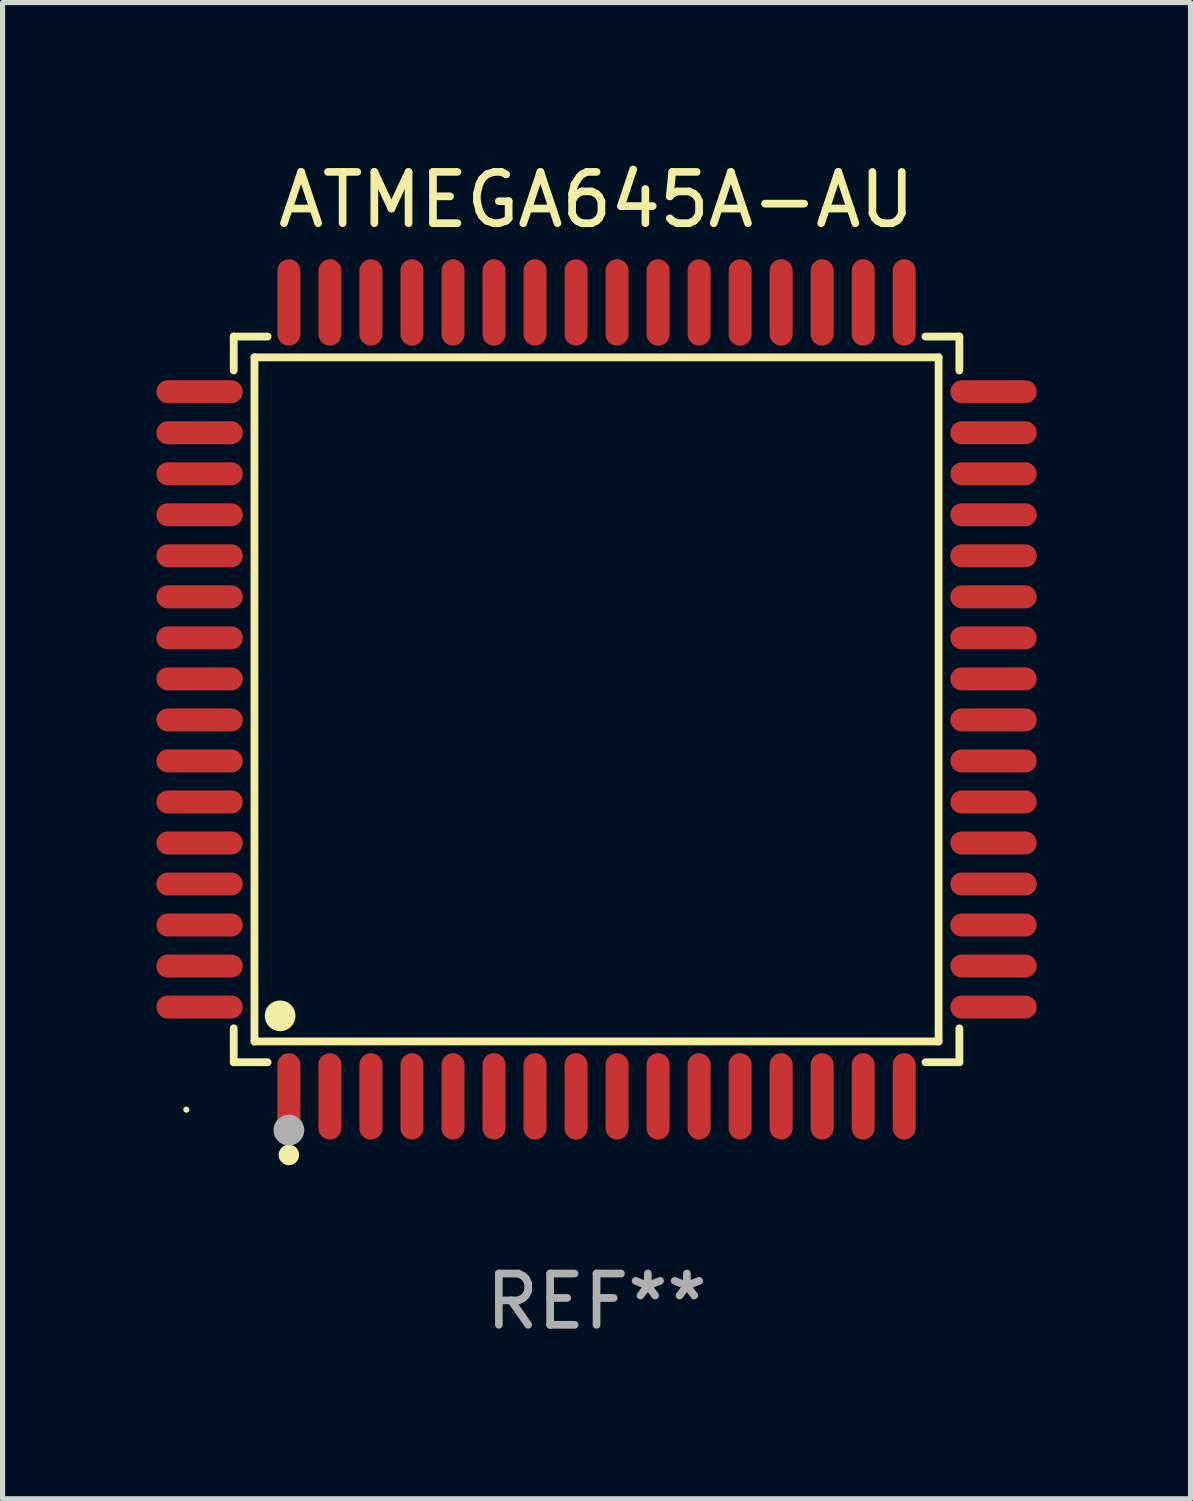
<source format=kicad_pcb>
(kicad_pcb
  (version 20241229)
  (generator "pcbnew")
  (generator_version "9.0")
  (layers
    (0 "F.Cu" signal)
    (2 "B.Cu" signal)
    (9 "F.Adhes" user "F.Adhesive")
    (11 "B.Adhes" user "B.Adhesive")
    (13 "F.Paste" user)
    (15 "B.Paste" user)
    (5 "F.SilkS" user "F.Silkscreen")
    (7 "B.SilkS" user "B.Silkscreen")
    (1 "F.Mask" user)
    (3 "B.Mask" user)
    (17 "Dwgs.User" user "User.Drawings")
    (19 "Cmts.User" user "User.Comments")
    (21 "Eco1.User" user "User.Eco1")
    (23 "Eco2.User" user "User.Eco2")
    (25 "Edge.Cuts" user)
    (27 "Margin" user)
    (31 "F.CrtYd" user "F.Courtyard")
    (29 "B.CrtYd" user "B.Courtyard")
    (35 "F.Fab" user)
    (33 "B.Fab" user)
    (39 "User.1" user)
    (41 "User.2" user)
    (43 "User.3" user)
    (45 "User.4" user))
  (footprint "ATMEGA645A-AU"
    (layer "F.Cu")
    (at 8.584 10.59)
    (property "Reference" "ATMEGA645A-AU" (at 0 -9.742 0) (layer "F.SilkS") (effects (font (size 1 1) (thickness 0.15))))
    (attr through_hole)
    (fp_line (start -7.076 -7.076) (end -6.415 -7.076) (stroke (width 0.152) (type solid)) (layer "F.SilkS"))
    (fp_line (start -7.076 -6.415) (end -7.076 -7.076) (stroke (width 0.152) (type solid)) (layer "F.SilkS"))
    (fp_line (start -7.076 6.415) (end -7.076 7.076) (stroke (width 0.152) (type solid)) (layer "F.SilkS"))
    (fp_line (start -7.076 7.076) (end -6.415 7.076) (stroke (width 0.152) (type solid)) (layer "F.SilkS"))
    (fp_line (start -6.671 -6.671) (end 6.671 -6.671) (stroke (width 0.152) (type solid)) (layer "F.SilkS"))
    (fp_line (start -6.671 6.671) (end -6.671 -6.671) (stroke (width 0.152) (type solid)) (layer "F.SilkS"))
    (fp_line (start 6.671 -6.671) (end 6.671 6.671) (stroke (width 0.152) (type solid)) (layer "F.SilkS"))
    (fp_line (start 6.671 6.671) (end -6.671 6.671) (stroke (width 0.152) (type solid)) (layer "F.SilkS"))
    (fp_line (start 7.076 -7.076) (end 6.415 -7.076) (stroke (width 0.152) (type solid)) (layer "F.SilkS"))
    (fp_line (start 7.076 -6.415) (end 7.076 -7.076) (stroke (width 0.152) (type solid)) (layer "F.SilkS"))
    (fp_line (start 7.076 6.415) (end 7.076 7.076) (stroke (width 0.152) (type solid)) (layer "F.SilkS"))
    (fp_line (start 7.076 7.076) (end 6.415 7.076) (stroke (width 0.152) (type solid)) (layer "F.SilkS"))
    (fp_circle (center -8 8) (end -7.97 8) (stroke (width 0.06) (type solid)) (fill no) (layer "F.SilkS"))
    (fp_circle (center -6.171 6.171) (end -6.021 6.171) (stroke (width 0.3) (type solid)) (fill no) (layer "F.SilkS"))
    (fp_circle (center -6 8.884) (end -5.9 8.884) (stroke (width 0.2) (type solid)) (fill no) (layer "F.SilkS"))
    (fp_circle (center -6 8.4) (end -5.85 8.4) (stroke (width 0.3) (type solid)) (fill no) (layer "F.Fab"))
    (fp_text user "REF**" (at 0 11.742 0) (layer "F.Fab") (effects (font (size 1 1) (thickness 0.15))))
    (pad "1" smd oval (at -6 7.742) (size 0.448 1.684) (layers "F.Cu" "F.Mask" "F.Paste"))
    (pad "2" smd oval (at -5.2 7.742) (size 0.448 1.684) (layers "F.Cu" "F.Mask" "F.Paste"))
    (pad "3" smd oval (at -4.4 7.742) (size 0.448 1.684) (layers "F.Cu" "F.Mask" "F.Paste"))
    (pad "4" smd oval (at -3.6 7.742) (size 0.448 1.684) (layers "F.Cu" "F.Mask" "F.Paste"))
    (pad "5" smd oval (at -2.8 7.742) (size 0.448 1.684) (layers "F.Cu" "F.Mask" "F.Paste"))
    (pad "6" smd oval (at -2 7.742) (size 0.448 1.684) (layers "F.Cu" "F.Mask" "F.Paste"))
    (pad "7" smd oval (at -1.2 7.742) (size 0.448 1.684) (layers "F.Cu" "F.Mask" "F.Paste"))
    (pad "8" smd oval (at -0.4 7.742) (size 0.448 1.684) (layers "F.Cu" "F.Mask" "F.Paste"))
    (pad "9" smd oval (at 0.4 7.742) (size 0.448 1.684) (layers "F.Cu" "F.Mask" "F.Paste"))
    (pad "10" smd oval (at 1.2 7.742) (size 0.448 1.684) (layers "F.Cu" "F.Mask" "F.Paste"))
    (pad "11" smd oval (at 2 7.742) (size 0.448 1.684) (layers "F.Cu" "F.Mask" "F.Paste"))
    (pad "12" smd oval (at 2.8 7.742) (size 0.448 1.684) (layers "F.Cu" "F.Mask" "F.Paste"))
    (pad "13" smd oval (at 3.6 7.742) (size 0.448 1.684) (layers "F.Cu" "F.Mask" "F.Paste"))
    (pad "14" smd oval (at 4.4 7.742) (size 0.448 1.684) (layers "F.Cu" "F.Mask" "F.Paste"))
    (pad "15" smd oval (at 5.2 7.742) (size 0.448 1.684) (layers "F.Cu" "F.Mask" "F.Paste"))
    (pad "16" smd oval (at 6 7.742) (size 0.448 1.684) (layers "F.Cu" "F.Mask" "F.Paste"))
    (pad "17" smd oval (at 7.742 6) (size 1.684 0.448) (layers "F.Cu" "F.Mask" "F.Paste"))
    (pad "18" smd oval (at 7.742 5.2) (size 1.684 0.448) (layers "F.Cu" "F.Mask" "F.Paste"))
    (pad "19" smd oval (at 7.742 4.4) (size 1.684 0.448) (layers "F.Cu" "F.Mask" "F.Paste"))
    (pad "20" smd oval (at 7.742 3.6) (size 1.684 0.448) (layers "F.Cu" "F.Mask" "F.Paste"))
    (pad "21" smd oval (at 7.742 2.8) (size 1.684 0.448) (layers "F.Cu" "F.Mask" "F.Paste"))
    (pad "22" smd oval (at 7.742 2) (size 1.684 0.448) (layers "F.Cu" "F.Mask" "F.Paste"))
    (pad "23" smd oval (at 7.742 1.2) (size 1.684 0.448) (layers "F.Cu" "F.Mask" "F.Paste"))
    (pad "24" smd oval (at 7.742 0.4) (size 1.684 0.448) (layers "F.Cu" "F.Mask" "F.Paste"))
    (pad "25" smd oval (at 7.742 -0.4) (size 1.684 0.448) (layers "F.Cu" "F.Mask" "F.Paste"))
    (pad "26" smd oval (at 7.742 -1.2) (size 1.684 0.448) (layers "F.Cu" "F.Mask" "F.Paste"))
    (pad "27" smd oval (at 7.742 -2) (size 1.684 0.448) (layers "F.Cu" "F.Mask" "F.Paste"))
    (pad "28" smd oval (at 7.742 -2.8) (size 1.684 0.448) (layers "F.Cu" "F.Mask" "F.Paste"))
    (pad "29" smd oval (at 7.742 -3.6) (size 1.684 0.448) (layers "F.Cu" "F.Mask" "F.Paste"))
    (pad "30" smd oval (at 7.742 -4.4) (size 1.684 0.448) (layers "F.Cu" "F.Mask" "F.Paste"))
    (pad "31" smd oval (at 7.742 -5.2) (size 1.684 0.448) (layers "F.Cu" "F.Mask" "F.Paste"))
    (pad "32" smd oval (at 7.742 -6) (size 1.684 0.448) (layers "F.Cu" "F.Mask" "F.Paste"))
    (pad "33" smd oval (at 6 -7.742) (size 0.448 1.684) (layers "F.Cu" "F.Mask" "F.Paste"))
    (pad "34" smd oval (at 5.2 -7.742) (size 0.448 1.684) (layers "F.Cu" "F.Mask" "F.Paste"))
    (pad "35" smd oval (at 4.4 -7.742) (size 0.448 1.684) (layers "F.Cu" "F.Mask" "F.Paste"))
    (pad "36" smd oval (at 3.6 -7.742) (size 0.448 1.684) (layers "F.Cu" "F.Mask" "F.Paste"))
    (pad "37" smd oval (at 2.8 -7.742) (size 0.448 1.684) (layers "F.Cu" "F.Mask" "F.Paste"))
    (pad "38" smd oval (at 2 -7.742) (size 0.448 1.684) (layers "F.Cu" "F.Mask" "F.Paste"))
    (pad "39" smd oval (at 1.2 -7.742) (size 0.448 1.684) (layers "F.Cu" "F.Mask" "F.Paste"))
    (pad "40" smd oval (at 0.4 -7.742) (size 0.448 1.684) (layers "F.Cu" "F.Mask" "F.Paste"))
    (pad "41" smd oval (at -0.4 -7.742) (size 0.448 1.684) (layers "F.Cu" "F.Mask" "F.Paste"))
    (pad "42" smd oval (at -1.2 -7.742) (size 0.448 1.684) (layers "F.Cu" "F.Mask" "F.Paste"))
    (pad "43" smd oval (at -2 -7.742) (size 0.448 1.684) (layers "F.Cu" "F.Mask" "F.Paste"))
    (pad "44" smd oval (at -2.8 -7.742) (size 0.448 1.684) (layers "F.Cu" "F.Mask" "F.Paste"))
    (pad "45" smd oval (at -3.6 -7.742) (size 0.448 1.684) (layers "F.Cu" "F.Mask" "F.Paste"))
    (pad "46" smd oval (at -4.4 -7.742) (size 0.448 1.684) (layers "F.Cu" "F.Mask" "F.Paste"))
    (pad "47" smd oval (at -5.2 -7.742) (size 0.448 1.684) (layers "F.Cu" "F.Mask" "F.Paste"))
    (pad "48" smd oval (at -6 -7.742) (size 0.448 1.684) (layers "F.Cu" "F.Mask" "F.Paste"))
    (pad "49" smd oval (at -7.742 -6) (size 1.684 0.448) (layers "F.Cu" "F.Mask" "F.Paste"))
    (pad "50" smd oval (at -7.742 -5.2) (size 1.684 0.448) (layers "F.Cu" "F.Mask" "F.Paste"))
    (pad "51" smd oval (at -7.742 -4.4) (size 1.684 0.448) (layers "F.Cu" "F.Mask" "F.Paste"))
    (pad "52" smd oval (at -7.742 -3.6) (size 1.684 0.448) (layers "F.Cu" "F.Mask" "F.Paste"))
    (pad "53" smd oval (at -7.742 -2.8) (size 1.684 0.448) (layers "F.Cu" "F.Mask" "F.Paste"))
    (pad "54" smd oval (at -7.742 -2) (size 1.684 0.448) (layers "F.Cu" "F.Mask" "F.Paste"))
    (pad "55" smd oval (at -7.742 -1.2) (size 1.684 0.448) (layers "F.Cu" "F.Mask" "F.Paste"))
    (pad "56" smd oval (at -7.742 -0.4) (size 1.684 0.448) (layers "F.Cu" "F.Mask" "F.Paste"))
    (pad "57" smd oval (at -7.742 0.4) (size 1.684 0.448) (layers "F.Cu" "F.Mask" "F.Paste"))
    (pad "58" smd oval (at -7.742 1.2) (size 1.684 0.448) (layers "F.Cu" "F.Mask" "F.Paste"))
    (pad "59" smd oval (at -7.742 2) (size 1.684 0.448) (layers "F.Cu" "F.Mask" "F.Paste"))
    (pad "60" smd oval (at -7.742 2.8) (size 1.684 0.448) (layers "F.Cu" "F.Mask" "F.Paste"))
    (pad "61" smd oval (at -7.742 3.6) (size 1.684 0.448) (layers "F.Cu" "F.Mask" "F.Paste"))
    (pad "62" smd oval (at -7.742 4.4) (size 1.684 0.448) (layers "F.Cu" "F.Mask" "F.Paste"))
    (pad "63" smd oval (at -7.742 5.2) (size 1.684 0.448) (layers "F.Cu" "F.Mask" "F.Paste"))
    (pad "64" smd oval (at -7.742 6) (size 1.684 0.448) (layers "F.Cu" "F.Mask" "F.Paste")))
  (gr_rect
    (start -3 -3)
    (end 20.168 26.18)
    (stroke (width 0.1) (type default))
    (fill no)
    (layer "Edge.Cuts")))
</source>
